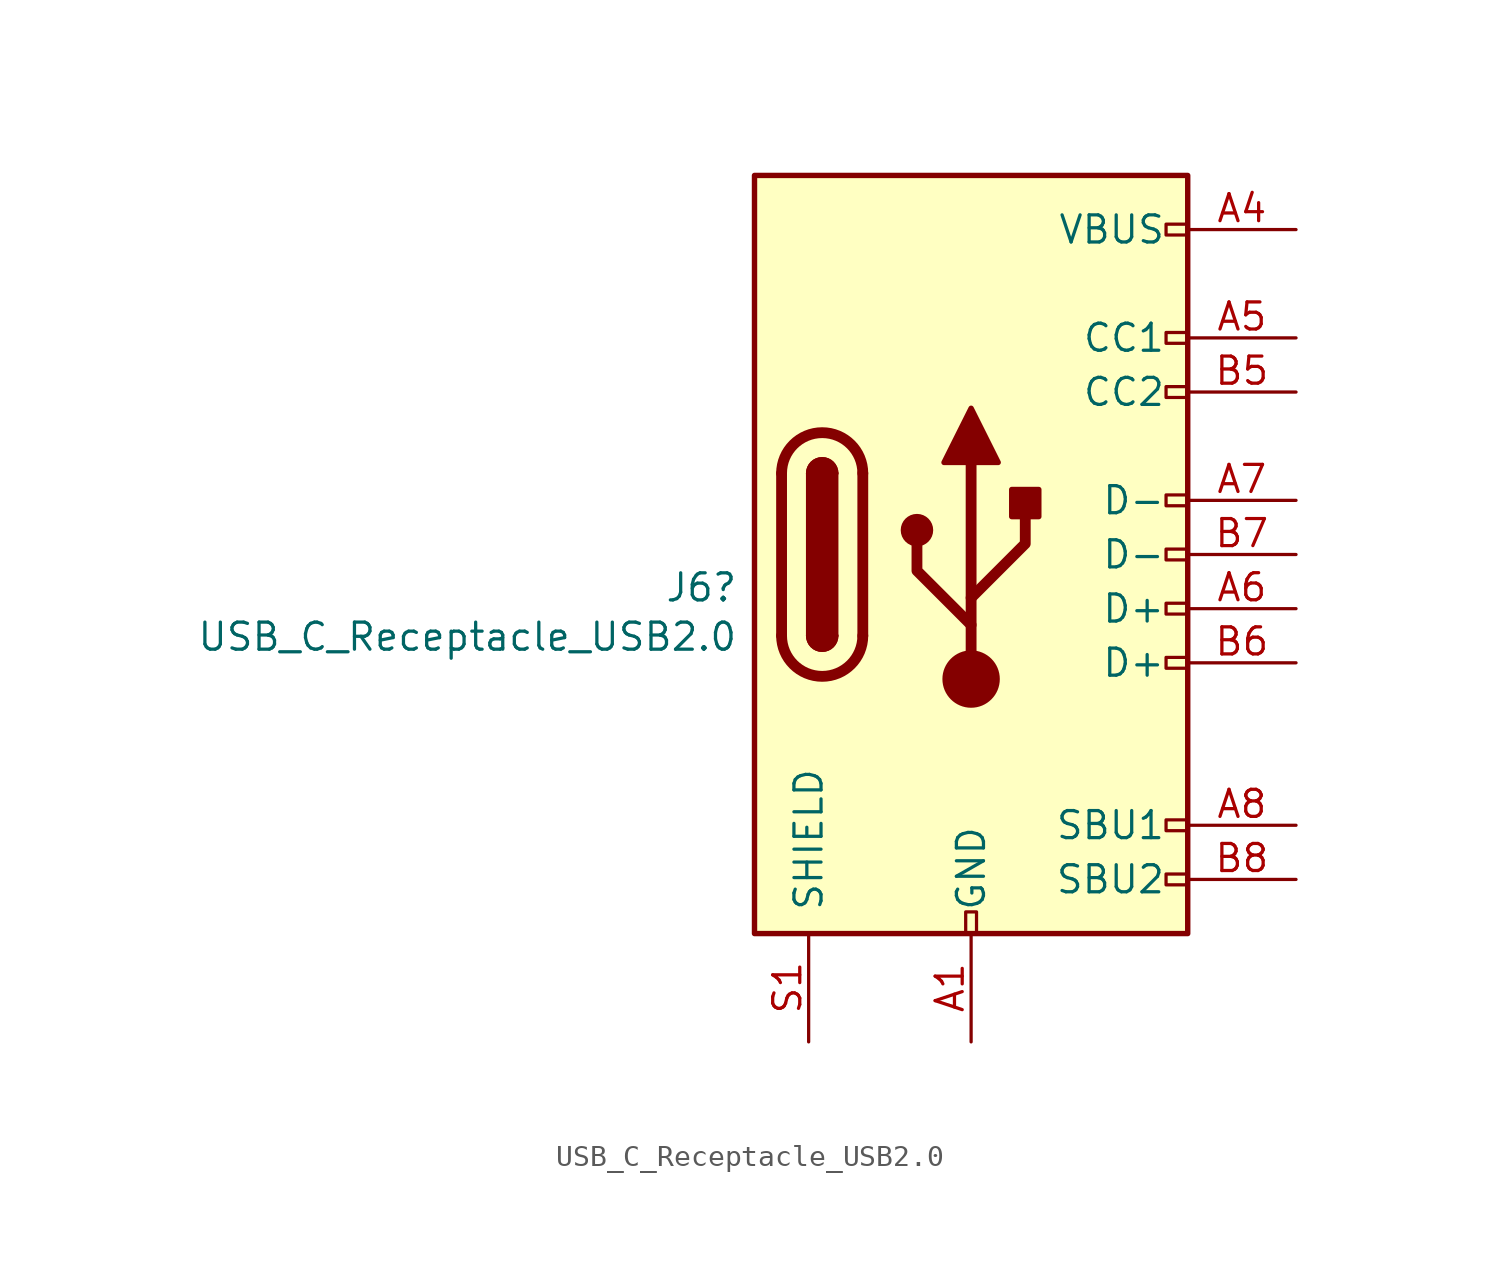
<source format=kicad_sym>
(kicad_symbol_lib
  (version 20220914)
  (generator kicad_symbol_editor)
  (symbol "USB_C_Receptacle_USB2.0"
    (pin_names
      (offset 1.016))
    (property "Reference" "J6"
      (at -10.922 -1.549 0)
      (effects (font (size 1.27 1.27)) (justify right)))
    (property "Value" "USB_C_Receptacle_USB2.0"
      (at -10.922 -3.861 0)
      (effects (font (size 1.27 1.27)) (justify right)))
    (symbol "USB_C_Receptacle_USB2.0_0_0"
      (rectangle (start -0.254 -17.78) (end 0.254 -16.764) (stroke (width 0) (type default)) (fill (type none)))
      (rectangle (start 10.16 -14.986) (end 9.144 -15.494) (stroke (width 0) (type default)) (fill (type none)))
      (rectangle (start 10.16 -12.446) (end 9.144 -12.954) (stroke (width 0) (type default)) (fill (type none)))
      (rectangle (start 10.16 -4.826) (end 9.144 -5.334) (stroke (width 0) (type default)) (fill (type none)))
      (rectangle (start 10.16 -2.286) (end 9.144 -2.794) (stroke (width 0) (type default)) (fill (type none)))
      (rectangle (start 10.16 0.254) (end 9.144 -0.254) (stroke (width 0) (type default)) (fill (type none)))
      (rectangle (start 10.16 2.794) (end 9.144 2.286) (stroke (width 0) (type default)) (fill (type none)))
      (rectangle (start 10.16 7.874) (end 9.144 7.366) (stroke (width 0) (type default)) (fill (type none)))
      (rectangle (start 10.16 10.414) (end 9.144 9.906) (stroke (width 0) (type default)) (fill (type none)))
      (rectangle (start 10.16 15.494) (end 9.144 14.986) (stroke (width 0) (type default)) (fill (type none))))
    (symbol "USB_C_Receptacle_USB2.0_0_1"
      (rectangle (start -10.16 17.78) (end 10.16 -17.78) (stroke (width 0.254) (type default)) (fill (type background)))
      (arc (start -8.89 -3.81) (mid -6.985 -5.7067) (end -5.08 -3.81) (stroke (width 0.508) (type default)) (fill (type none)))
      (arc (start -7.62 -3.81) (mid -6.985 -4.4423) (end -6.35 -3.81) (stroke (width 0.254) (type default)) (fill (type none)))
      (arc (start -7.62 -3.81) (mid -6.985 -4.4423) (end -6.35 -3.81) (stroke (width 0.254) (type default)) (fill (type outline)))
      (rectangle (start -7.62 -3.81) (end -6.35 3.81) (stroke (width 0.254) (type default)) (fill (type outline)))
      (arc (start -6.35 3.81) (mid -6.985 4.4423) (end -7.62 3.81) (stroke (width 0.254) (type default)) (fill (type none)))
      (arc (start -6.35 3.81) (mid -6.985 4.4423) (end -7.62 3.81) (stroke (width 0.254) (type default)) (fill (type outline)))
      (arc (start -5.08 3.81) (mid -6.985 5.7067) (end -8.89 3.81) (stroke (width 0.508) (type default)) (fill (type none)))
      (circle (center -2.54 1.143) (radius 0.635) (stroke (width 0.254) (type default)) (fill (type outline)))
      (circle (center 0 -5.842) (radius 1.27) (stroke (width 0) (type default)) (fill (type outline)))
      (polyline (pts (xy -8.89 -3.81) (xy -8.89 3.81)) (stroke (width 0.508) (type default)) (fill (type none)))
      (polyline (pts (xy -5.08 3.81) (xy -5.08 -3.81)) (stroke (width 0.508) (type default)) (fill (type none)))
      (polyline (pts (xy 0 -5.842) (xy 0 4.318)) (stroke (width 0.508) (type default)) (fill (type none)))
      (polyline (pts (xy 0 -3.302) (xy -2.54 -0.762) (xy -2.54 0.508)) (stroke (width 0.508) (type default)) (fill (type none)))
      (polyline (pts (xy 0 -2.032) (xy 2.54 0.508) (xy 2.54 1.778)) (stroke (width 0.508) (type default)) (fill (type none)))
      (polyline (pts (xy -1.27 4.318) (xy 0 6.858) (xy 1.27 4.318) (xy -1.27 4.318)) (stroke (width 0.254) (type default)) (fill (type outline)))
      (rectangle (start 1.905 1.778) (end 3.175 3.048) (stroke (width 0.254) (type default)) (fill (type outline))))
    (symbol "USB_C_Receptacle_USB2.0_1_1"
      (pin power_in line (at 0 -22.86 90) (length 5.08) (name "GND" (effects (font (size 1.27 1.27)))) (number "A1" (effects (font (size 1.27 1.27)))))
      (pin passive line (at 0 -22.86 90) (length 5.08) hide (name "GND" (effects (font (size 1.27 1.27)))) (number "A12" (effects (font (size 1.27 1.27)))))
      (pin power_in line (at 15.24 15.24 180) (length 5.08) (name "VBUS" (effects (font (size 1.27 1.27)))) (number "A4" (effects (font (size 1.27 1.27)))))
      (pin bidirectional line (at 15.24 10.16 180) (length 5.08) (name "CC1" (effects (font (size 1.27 1.27)))) (number "A5" (effects (font (size 1.27 1.27)))))
      (pin bidirectional line (at 15.24 -2.54 180) (length 5.08) (name "D+" (effects (font (size 1.27 1.27)))) (number "A6" (effects (font (size 1.27 1.27)))))
      (pin bidirectional line (at 15.24 2.54 180) (length 5.08) (name "D-" (effects (font (size 1.27 1.27)))) (number "A7" (effects (font (size 1.27 1.27)))))
      (pin bidirectional line (at 15.24 -12.7 180) (length 5.08) (name "SBU1" (effects (font (size 1.27 1.27)))) (number "A8" (effects (font (size 1.27 1.27)))))
      (pin passive line (at 15.24 15.24 180) (length 5.08) hide (name "VBUS" (effects (font (size 1.27 1.27)))) (number "A9" (effects (font (size 1.27 1.27)))))
      (pin bidirectional line (at 15.24 7.62 180) (length 5.08) (name "CC2" (effects (font (size 1.27 1.27)))) (number "B5" (effects (font (size 1.27 1.27)))))
      (pin bidirectional line (at 15.24 -5.08 180) (length 5.08) (name "D+" (effects (font (size 1.27 1.27)))) (number "B6" (effects (font (size 1.27 1.27)))))
      (pin bidirectional line (at 15.24 0 180) (length 5.08) (name "D-" (effects (font (size 1.27 1.27)))) (number "B7" (effects (font (size 1.27 1.27)))))
      (pin bidirectional line (at 15.24 -15.24 180) (length 5.08) (name "SBU2" (effects (font (size 1.27 1.27)))) (number "B8" (effects (font (size 1.27 1.27)))))
      (pin passive line (at -7.62 -22.86 90) (length 5.08) (name "SHIELD" (effects (font (size 1.27 1.27)))) (number "S1" (effects (font (size 1.27 1.27))))))))
</source>
